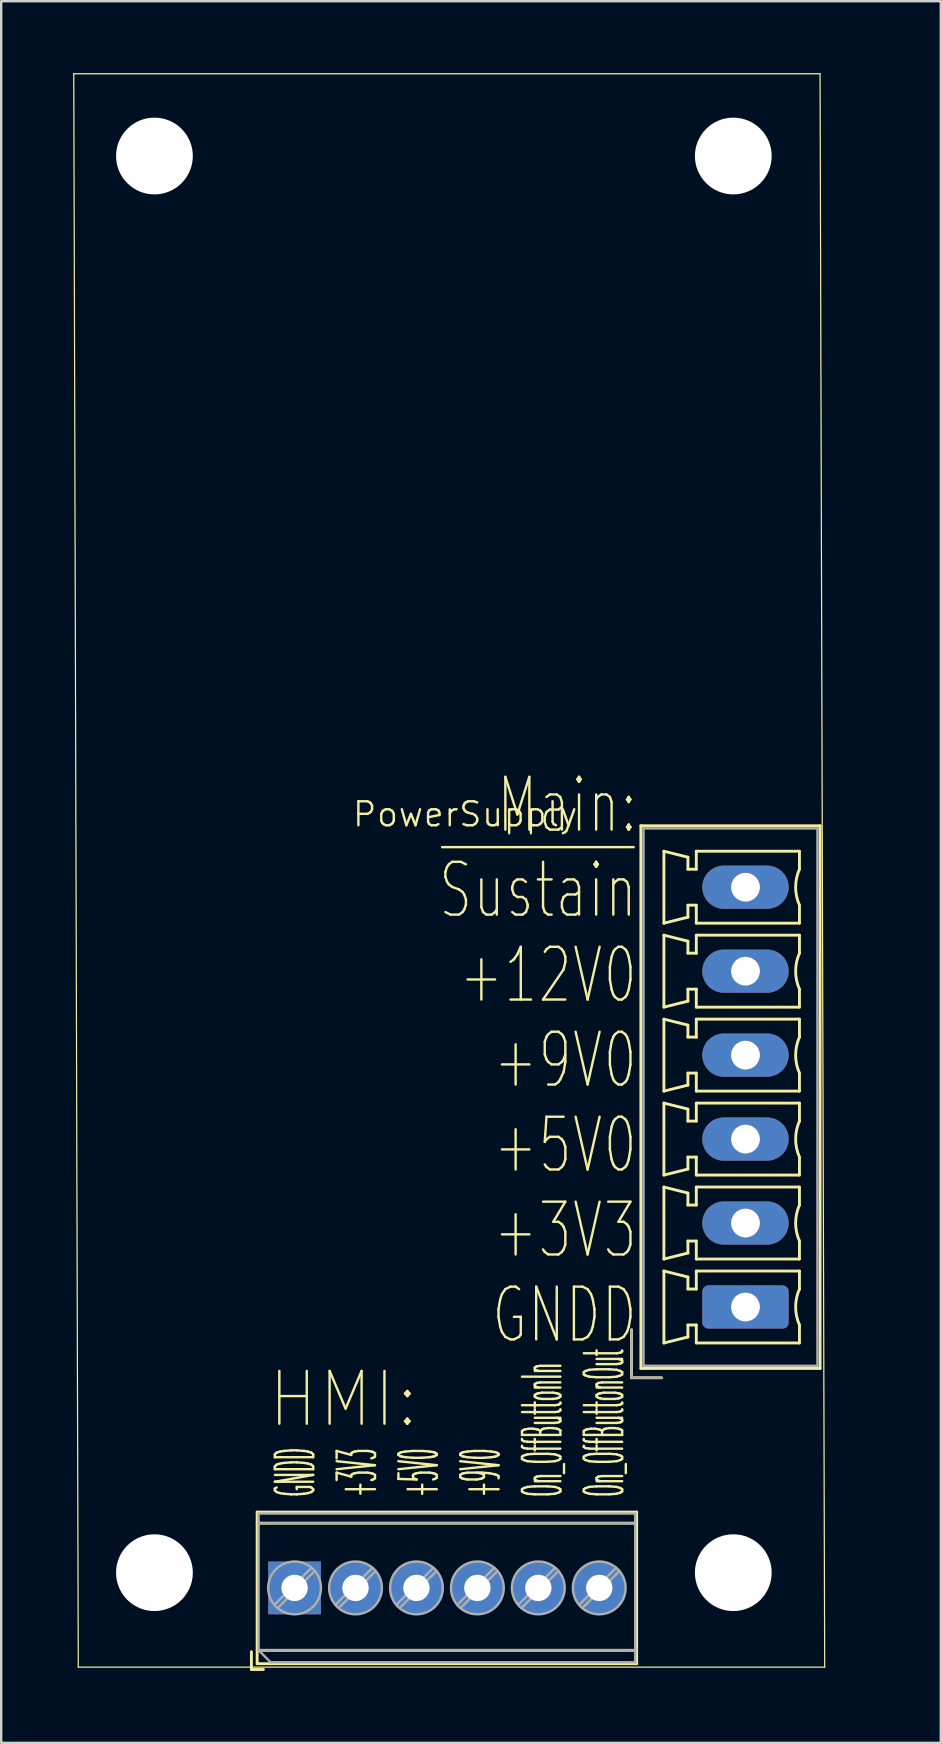
<source format=kicad_pcb>
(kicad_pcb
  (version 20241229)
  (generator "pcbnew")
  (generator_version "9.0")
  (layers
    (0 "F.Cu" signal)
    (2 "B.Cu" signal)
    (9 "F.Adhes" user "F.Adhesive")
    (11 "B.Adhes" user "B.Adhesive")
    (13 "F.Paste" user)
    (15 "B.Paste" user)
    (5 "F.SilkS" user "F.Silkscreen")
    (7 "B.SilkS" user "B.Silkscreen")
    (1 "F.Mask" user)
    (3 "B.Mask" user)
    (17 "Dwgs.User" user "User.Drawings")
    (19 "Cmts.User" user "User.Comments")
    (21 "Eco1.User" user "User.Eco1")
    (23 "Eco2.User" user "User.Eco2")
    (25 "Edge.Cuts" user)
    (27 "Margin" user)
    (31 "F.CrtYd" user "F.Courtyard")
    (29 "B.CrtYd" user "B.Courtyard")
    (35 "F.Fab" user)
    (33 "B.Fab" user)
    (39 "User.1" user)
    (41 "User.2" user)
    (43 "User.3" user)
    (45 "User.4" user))
  (footprint "PowerSupply"
    (layer "F.Cu")
    (at 16.342 31.394)
    (property "Reference" "PowerSupply" (at 0 -0.5 0) (unlocked yes) (layer "F.SilkS") (effects (font (size 1 1) (thickness 0.1))))
    (attr smd)
    (fp_line (start -16.317 -31.369) (end -16.129 35.052) (stroke (width 0.05) (type solid)) (layer "F.SilkS"))
    (fp_line (start -16.317 -31.369) (end 14.793 -31.369) (stroke (width 0.05) (type solid)) (layer "F.SilkS"))
    (fp_line (start -8.912 34.41) (end -8.912 35.15) (stroke (width 0.12) (type solid)) (layer "F.SilkS"))
    (fp_line (start -8.912 35.15) (end -8.412 35.15) (stroke (width 0.12) (type solid)) (layer "F.SilkS"))
    (fp_line (start -8.672 28.59) (end -8.672 34.91) (stroke (width 0.12) (type solid)) (layer "F.SilkS"))
    (fp_line (start -8.672 28.59) (end 7.148 28.59) (stroke (width 0.12) (type solid)) (layer "F.SilkS"))
    (fp_line (start -8.672 29.05) (end 7.148 29.05) (stroke (width 0.12) (type solid)) (layer "F.SilkS"))
    (fp_line (start -8.672 34.35) (end 7.148 34.35) (stroke (width 0.12) (type solid)) (layer "F.SilkS"))
    (fp_line (start -8.672 34.91) (end 7.148 34.91) (stroke (width 0.12) (type solid)) (layer "F.SilkS"))
    (fp_line (start 6.934 22.99) (end 6.934 20.99) (stroke (width 0.12) (type solid)) (layer "F.SilkS"))
    (fp_line (start 7.148 28.59) (end 7.148 34.91) (stroke (width 0.12) (type solid)) (layer "F.SilkS"))
    (fp_line (start 7.324 -0.02) (end 7.324 22.6) (stroke (width 0.12) (type solid)) (layer "F.SilkS"))
    (fp_line (start 7.324 22.6) (end 14.794 22.6) (stroke (width 0.12) (type solid)) (layer "F.SilkS"))
    (fp_line (start 8.184 22.99) (end 6.934 22.99) (stroke (width 0.12) (type solid)) (layer "F.SilkS"))
    (fp_line (start 8.284 1.04) (end 9.284 1.29) (stroke (width 0.12) (type solid)) (layer "F.SilkS"))
    (fp_line (start 8.284 4.04) (end 8.284 1.04) (stroke (width 0.12) (type solid)) (layer "F.SilkS"))
    (fp_line (start 8.284 4.54) (end 9.284 4.79) (stroke (width 0.12) (type solid)) (layer "F.SilkS"))
    (fp_line (start 8.284 7.54) (end 8.284 4.54) (stroke (width 0.12) (type solid)) (layer "F.SilkS"))
    (fp_line (start 8.284 8.04) (end 9.284 8.29) (stroke (width 0.12) (type solid)) (layer "F.SilkS"))
    (fp_line (start 8.284 11.04) (end 8.284 8.04) (stroke (width 0.12) (type solid)) (layer "F.SilkS"))
    (fp_line (start 8.284 11.54) (end 9.284 11.79) (stroke (width 0.12) (type solid)) (layer "F.SilkS"))
    (fp_line (start 8.284 14.54) (end 8.284 11.54) (stroke (width 0.12) (type solid)) (layer "F.SilkS"))
    (fp_line (start 8.284 15.04) (end 9.284 15.29) (stroke (width 0.12) (type solid)) (layer "F.SilkS"))
    (fp_line (start 8.284 18.04) (end 8.284 15.04) (stroke (width 0.12) (type solid)) (layer "F.SilkS"))
    (fp_line (start 8.284 18.54) (end 9.284 18.79) (stroke (width 0.12) (type solid)) (layer "F.SilkS"))
    (fp_line (start 8.284 21.54) (end 8.284 18.54) (stroke (width 0.12) (type solid)) (layer "F.SilkS"))
    (fp_line (start 9.284 1.29) (end 9.284 1.79) (stroke (width 0.12) (type solid)) (layer "F.SilkS"))
    (fp_line (start 9.284 1.79) (end 9.634 1.79) (stroke (width 0.12) (type solid)) (layer "F.SilkS"))
    (fp_line (start 9.284 3.29) (end 9.284 3.79) (stroke (width 0.12) (type solid)) (layer "F.SilkS"))
    (fp_line (start 9.284 3.79) (end 8.284 4.04) (stroke (width 0.12) (type solid)) (layer "F.SilkS"))
    (fp_line (start 9.284 4.79) (end 9.284 5.29) (stroke (width 0.12) (type solid)) (layer "F.SilkS"))
    (fp_line (start 9.284 5.29) (end 9.634 5.29) (stroke (width 0.12) (type solid)) (layer "F.SilkS"))
    (fp_line (start 9.284 6.79) (end 9.284 7.29) (stroke (width 0.12) (type solid)) (layer "F.SilkS"))
    (fp_line (start 9.284 7.29) (end 8.284 7.54) (stroke (width 0.12) (type solid)) (layer "F.SilkS"))
    (fp_line (start 9.284 8.29) (end 9.284 8.79) (stroke (width 0.12) (type solid)) (layer "F.SilkS"))
    (fp_line (start 9.284 8.79) (end 9.634 8.79) (stroke (width 0.12) (type solid)) (layer "F.SilkS"))
    (fp_line (start 9.284 10.29) (end 9.284 10.79) (stroke (width 0.12) (type solid)) (layer "F.SilkS"))
    (fp_line (start 9.284 10.79) (end 8.284 11.04) (stroke (width 0.12) (type solid)) (layer "F.SilkS"))
    (fp_line (start 9.284 11.79) (end 9.284 12.29) (stroke (width 0.12) (type solid)) (layer "F.SilkS"))
    (fp_line (start 9.284 12.29) (end 9.634 12.29) (stroke (width 0.12) (type solid)) (layer "F.SilkS"))
    (fp_line (start 9.284 13.79) (end 9.284 14.29) (stroke (width 0.12) (type solid)) (layer "F.SilkS"))
    (fp_line (start 9.284 14.29) (end 8.284 14.54) (stroke (width 0.12) (type solid)) (layer "F.SilkS"))
    (fp_line (start 9.284 15.29) (end 9.284 15.79) (stroke (width 0.12) (type solid)) (layer "F.SilkS"))
    (fp_line (start 9.284 15.79) (end 9.634 15.79) (stroke (width 0.12) (type solid)) (layer "F.SilkS"))
    (fp_line (start 9.284 17.29) (end 9.284 17.79) (stroke (width 0.12) (type solid)) (layer "F.SilkS"))
    (fp_line (start 9.284 17.79) (end 8.284 18.04) (stroke (width 0.12) (type solid)) (layer "F.SilkS"))
    (fp_line (start 9.284 18.79) (end 9.284 19.29) (stroke (width 0.12) (type solid)) (layer "F.SilkS"))
    (fp_line (start 9.284 19.29) (end 9.634 19.29) (stroke (width 0.12) (type solid)) (layer "F.SilkS"))
    (fp_line (start 9.284 20.79) (end 9.284 21.29) (stroke (width 0.12) (type solid)) (layer "F.SilkS"))
    (fp_line (start 9.284 21.29) (end 8.284 21.54) (stroke (width 0.12) (type solid)) (layer "F.SilkS"))
    (fp_line (start 9.634 1.04) (end 13.934 1.04) (stroke (width 0.12) (type solid)) (layer "F.SilkS"))
    (fp_line (start 9.634 1.79) (end 9.634 1.04) (stroke (width 0.12) (type solid)) (layer "F.SilkS"))
    (fp_line (start 9.634 3.29) (end 9.284 3.29) (stroke (width 0.12) (type solid)) (layer "F.SilkS"))
    (fp_line (start 9.634 4.04) (end 9.634 3.29) (stroke (width 0.12) (type solid)) (layer "F.SilkS"))
    (fp_line (start 9.634 4.54) (end 13.934 4.54) (stroke (width 0.12) (type solid)) (layer "F.SilkS"))
    (fp_line (start 9.634 5.29) (end 9.634 4.54) (stroke (width 0.12) (type solid)) (layer "F.SilkS"))
    (fp_line (start 9.634 6.79) (end 9.284 6.79) (stroke (width 0.12) (type solid)) (layer "F.SilkS"))
    (fp_line (start 9.634 7.54) (end 9.634 6.79) (stroke (width 0.12) (type solid)) (layer "F.SilkS"))
    (fp_line (start 9.634 8.04) (end 13.934 8.04) (stroke (width 0.12) (type solid)) (layer "F.SilkS"))
    (fp_line (start 9.634 8.79) (end 9.634 8.04) (stroke (width 0.12) (type solid)) (layer "F.SilkS"))
    (fp_line (start 9.634 10.29) (end 9.284 10.29) (stroke (width 0.12) (type solid)) (layer "F.SilkS"))
    (fp_line (start 9.634 11.04) (end 9.634 10.29) (stroke (width 0.12) (type solid)) (layer "F.SilkS"))
    (fp_line (start 9.634 11.54) (end 13.934 11.54) (stroke (width 0.12) (type solid)) (layer "F.SilkS"))
    (fp_line (start 9.634 12.29) (end 9.634 11.54) (stroke (width 0.12) (type solid)) (layer "F.SilkS"))
    (fp_line (start 9.634 13.79) (end 9.284 13.79) (stroke (width 0.12) (type solid)) (layer "F.SilkS"))
    (fp_line (start 9.634 14.54) (end 9.634 13.79) (stroke (width 0.12) (type solid)) (layer "F.SilkS"))
    (fp_line (start 9.634 15.04) (end 13.934 15.04) (stroke (width 0.12) (type solid)) (layer "F.SilkS"))
    (fp_line (start 9.634 15.79) (end 9.634 15.04) (stroke (width 0.12) (type solid)) (layer "F.SilkS"))
    (fp_line (start 9.634 17.29) (end 9.284 17.29) (stroke (width 0.12) (type solid)) (layer "F.SilkS"))
    (fp_line (start 9.634 18.04) (end 9.634 17.29) (stroke (width 0.12) (type solid)) (layer "F.SilkS"))
    (fp_line (start 9.634 18.54) (end 13.934 18.54) (stroke (width 0.12) (type solid)) (layer "F.SilkS"))
    (fp_line (start 9.634 19.29) (end 9.634 18.54) (stroke (width 0.12) (type solid)) (layer "F.SilkS"))
    (fp_line (start 9.634 20.79) (end 9.284 20.79) (stroke (width 0.12) (type solid)) (layer "F.SilkS"))
    (fp_line (start 9.634 21.54) (end 9.634 20.79) (stroke (width 0.12) (type solid)) (layer "F.SilkS"))
    (fp_line (start 13.934 1.04) (end 13.934 1.79) (stroke (width 0.12) (type solid)) (layer "F.SilkS"))
    (fp_line (start 13.934 3.29) (end 13.934 4.04) (stroke (width 0.12) (type solid)) (layer "F.SilkS"))
    (fp_line (start 13.934 4.04) (end 9.634 4.04) (stroke (width 0.12) (type solid)) (layer "F.SilkS"))
    (fp_line (start 13.934 4.54) (end 13.934 5.29) (stroke (width 0.12) (type solid)) (layer "F.SilkS"))
    (fp_line (start 13.934 6.79) (end 13.934 7.54) (stroke (width 0.12) (type solid)) (layer "F.SilkS"))
    (fp_line (start 13.934 7.54) (end 9.634 7.54) (stroke (width 0.12) (type solid)) (layer "F.SilkS"))
    (fp_line (start 13.934 8.04) (end 13.934 8.79) (stroke (width 0.12) (type solid)) (layer "F.SilkS"))
    (fp_line (start 13.934 10.29) (end 13.934 11.04) (stroke (width 0.12) (type solid)) (layer "F.SilkS"))
    (fp_line (start 13.934 11.04) (end 9.634 11.04) (stroke (width 0.12) (type solid)) (layer "F.SilkS"))
    (fp_line (start 13.934 11.54) (end 13.934 12.29) (stroke (width 0.12) (type solid)) (layer "F.SilkS"))
    (fp_line (start 13.934 13.79) (end 13.934 14.54) (stroke (width 0.12) (type solid)) (layer "F.SilkS"))
    (fp_line (start 13.934 14.54) (end 9.634 14.54) (stroke (width 0.12) (type solid)) (layer "F.SilkS"))
    (fp_line (start 13.934 15.04) (end 13.934 15.79) (stroke (width 0.12) (type solid)) (layer "F.SilkS"))
    (fp_line (start 13.934 17.29) (end 13.934 18.04) (stroke (width 0.12) (type solid)) (layer "F.SilkS"))
    (fp_line (start 13.934 18.04) (end 9.634 18.04) (stroke (width 0.12) (type solid)) (layer "F.SilkS"))
    (fp_line (start 13.934 18.54) (end 13.934 19.29) (stroke (width 0.12) (type solid)) (layer "F.SilkS"))
    (fp_line (start 13.934 20.79) (end 13.934 21.54) (stroke (width 0.12) (type solid)) (layer "F.SilkS"))
    (fp_line (start 13.934 21.54) (end 9.634 21.54) (stroke (width 0.12) (type solid)) (layer "F.SilkS"))
    (fp_line (start 14.793 -31.369) (end 14.986 35.052) (stroke (width 0.05) (type solid)) (layer "F.SilkS"))
    (fp_line (start 14.794 -0.02) (end 7.324 -0.02) (stroke (width 0.12) (type solid)) (layer "F.SilkS"))
    (fp_line (start 14.794 22.6) (end 14.794 -0.02) (stroke (width 0.12) (type solid)) (layer "F.SilkS"))
    (fp_line (start 14.986 35.052) (end -16.129 35.052) (stroke (width 0.05) (type solid)) (layer "F.SilkS"))
    (fp_arc (start 13.934 3.29) (mid 13.77591 2.540193) (end 13.933844 1.790353) (stroke (width 0.12) (type solid)) (layer "F.SilkS"))
    (fp_arc (start 13.934 6.79) (mid 13.77591 6.040193) (end 13.933844 5.290353) (stroke (width 0.12) (type solid)) (layer "F.SilkS"))
    (fp_arc (start 13.934 10.29) (mid 13.77591 9.540193) (end 13.933844 8.790353) (stroke (width 0.12) (type solid)) (layer "F.SilkS"))
    (fp_arc (start 13.934 13.79) (mid 13.77591 13.040193) (end 13.933844 12.290353) (stroke (width 0.12) (type solid)) (layer "F.SilkS"))
    (fp_arc (start 13.934 17.29) (mid 13.77591 16.540193) (end 13.933844 15.790353) (stroke (width 0.12) (type solid)) (layer "F.SilkS"))
    (fp_arc (start 13.934 20.79) (mid 13.77591 20.040193) (end 13.933844 19.290353) (stroke (width 0.12) (type solid)) (layer "F.SilkS"))
    (fp_line (start -8.612 28.65) (end 7.088 28.65) (stroke (width 0.1) (type solid)) (layer "F.Fab"))
    (fp_line (start -8.612 29.05) (end 7.088 29.05) (stroke (width 0.1) (type solid)) (layer "F.Fab"))
    (fp_line (start -8.612 34.35) (end -8.612 28.65) (stroke (width 0.1) (type solid)) (layer "F.Fab"))
    (fp_line (start -8.612 34.35) (end 7.088 34.35) (stroke (width 0.1) (type solid)) (layer "F.Fab"))
    (fp_line (start -8.112 34.85) (end -8.612 34.35) (stroke (width 0.1) (type solid)) (layer "F.Fab"))
    (fp_line (start -6.411 30.915) (end -7.947 32.45) (stroke (width 0.1) (type solid)) (layer "F.Fab"))
    (fp_line (start -6.277 31.05) (end -7.813 32.585) (stroke (width 0.1) (type solid)) (layer "F.Fab"))
    (fp_line (start -3.871 30.915) (end -5.406 32.45) (stroke (width 0.1) (type solid)) (layer "F.Fab"))
    (fp_line (start -3.737 31.05) (end -5.272 32.585) (stroke (width 0.1) (type solid)) (layer "F.Fab"))
    (fp_line (start -1.331 30.915) (end -2.866 32.45) (stroke (width 0.1) (type solid)) (layer "F.Fab"))
    (fp_line (start -1.197 31.05) (end -2.732 32.585) (stroke (width 0.1) (type solid)) (layer "F.Fab"))
    (fp_line (start 1.209 30.915) (end -0.326 32.45) (stroke (width 0.1) (type solid)) (layer "F.Fab"))
    (fp_line (start 1.343 31.05) (end -0.192 32.585) (stroke (width 0.1) (type solid)) (layer "F.Fab"))
    (fp_line (start 3.749 30.915) (end 2.214 32.45) (stroke (width 0.1) (type solid)) (layer "F.Fab"))
    (fp_line (start 3.883 31.05) (end 2.348 32.585) (stroke (width 0.1) (type solid)) (layer "F.Fab"))
    (fp_line (start 6.289 30.915) (end 4.754 32.45) (stroke (width 0.1) (type solid)) (layer "F.Fab"))
    (fp_line (start 6.423 31.05) (end 4.888 32.585) (stroke (width 0.1) (type solid)) (layer "F.Fab"))
    (fp_line (start 6.934 22.99) (end 6.934 20.99) (stroke (width 0.1) (type solid)) (layer "F.Fab"))
    (fp_line (start 7.088 28.65) (end 7.088 34.85) (stroke (width 0.1) (type solid)) (layer "F.Fab"))
    (fp_line (start 7.088 34.85) (end -8.112 34.85) (stroke (width 0.1) (type solid)) (layer "F.Fab"))
    (fp_line (start 7.434 0.09) (end 7.434 22.49) (stroke (width 0.1) (type solid)) (layer "F.Fab"))
    (fp_line (start 7.434 22.49) (end 14.684 22.49) (stroke (width 0.1) (type solid)) (layer "F.Fab"))
    (fp_line (start 8.184 22.99) (end 6.934 22.99) (stroke (width 0.1) (type solid)) (layer "F.Fab"))
    (fp_line (start 14.684 0.09) (end 7.434 0.09) (stroke (width 0.1) (type solid)) (layer "F.Fab"))
    (fp_line (start 14.684 22.49) (end 14.684 0.09) (stroke (width 0.1) (type solid)) (layer "F.Fab"))
    (fp_circle (center -7.112 31.75) (end -6.012 31.75) (stroke (width 0.1) (type solid)) (fill no) (layer "F.Fab"))
    (fp_circle (center -4.572 31.75) (end -3.472 31.75) (stroke (width 0.1) (type solid)) (fill no) (layer "F.Fab"))
    (fp_circle (center -2.032 31.75) (end -0.932 31.75) (stroke (width 0.1) (type solid)) (fill no) (layer "F.Fab"))
    (fp_circle (center 0.508 31.75) (end 1.608 31.75) (stroke (width 0.1) (type solid)) (fill no) (layer "F.Fab"))
    (fp_circle (center 3.048 31.75) (end 4.148 31.75) (stroke (width 0.1) (type solid)) (fill no) (layer "F.Fab"))
    (fp_circle (center 5.588 31.75) (end 6.688 31.75) (stroke (width 0.1) (type solid)) (fill no) (layer "F.Fab"))
    (fp_text_box "Main:\n~{Sustain}\n+12V0\n+9V0\n+5V0\n+3V3\nGNDD" (start -5.08 -3.81) (end 8.89 22.225) (margins 1.65 1.65 1.65 1.65) (layer "F.SilkS") (effects (font (size 2.2 1.5) (thickness 0.1)) (justify right top)) (border no) (stroke (width -0.000001) (type solid)))
    (fp_text_box "GNDD\n+3V3\n+5V0\n+9V0\nOn_OffButtonIn\nOn_OffButtonOut" (start -9.207 29.21) (end 16.828 15.24) (margins 1.2 1.2 1.2 1.2) (angle 90) (layer "F.SilkS") (effects (font (size 1.6 0.5) (thickness 0.1)) (justify left top)) (border no) (stroke (width -0.000001) (type solid)))
    (fp_text_box "HMI:" (start -12.065 20.955) (end 1.905 26.67) (margins 1.65 1.65 1.65 1.65) (layer "F.SilkS") (effects (font (size 2.2 2) (thickness 0.1)) (justify top)) (border no) (stroke (width -0.000001) (type solid)))
    (pad "" np_thru_hole circle (at -12.954 -27.94) (size 3.2 3.2) (drill 3.2) (layers "*.Cu" "*.Mask"))
    (pad "" np_thru_hole circle (at -12.954 31.115) (size 3.2 3.2) (drill 3.2) (layers "*.Cu" "*.Mask"))
    (pad "" np_thru_hole circle (at 11.176 -27.94) (size 3.2 3.2) (drill 3.2) (layers "*.Cu" "*.Mask"))
    (pad "" np_thru_hole circle (at 11.176 31.115) (size 3.2 3.2) (drill 3.2) (layers "*.Cu" "*.Mask"))
    (pad "H1" thru_hole rect (at -7.112 31.75) (size 2.2 2.2) (drill 1.1) (layers "*.Cu" "*.Mask"))
    (pad "H2" thru_hole circle (at -4.572 31.75) (size 2.2 2.2) (drill 1.1) (layers "*.Cu" "*.Mask"))
    (pad "H3" thru_hole circle (at -2.032 31.75) (size 2.2 2.2) (drill 1.1) (layers "*.Cu" "*.Mask"))
    (pad "H4" thru_hole circle (at 0.508 31.75) (size 2.2 2.2) (drill 1.1) (layers "*.Cu" "*.Mask"))
    (pad "H5" thru_hole circle (at 3.048 31.75) (size 2.2 2.2) (drill 1.1) (layers "*.Cu" "*.Mask"))
    (pad "H6" thru_hole circle (at 5.588 31.75) (size 2.2 2.2) (drill 1.1) (layers "*.Cu" "*.Mask"))
    (pad "M1" thru_hole roundrect (at 11.684 20.04 90) (size 1.8 3.6) (drill 1.2) (layers "*.Cu" "*.Mask") (roundrect_rratio 0.139))
    (pad "M2" thru_hole oval (at 11.684 16.54 90) (size 1.8 3.6) (drill 1.2) (layers "*.Cu" "*.Mask"))
    (pad "M3" thru_hole oval (at 11.684 13.04 90) (size 1.8 3.6) (drill 1.2) (layers "*.Cu" "*.Mask"))
    (pad "M4" thru_hole oval (at 11.684 9.54 90) (size 1.8 3.6) (drill 1.2) (layers "*.Cu" "*.Mask"))
    (pad "M5" thru_hole oval (at 11.684 6.04 90) (size 1.8 3.6) (drill 1.2) (layers "*.Cu" "*.Mask"))
    (pad "M6" thru_hole oval (at 11.684 2.54 90) (size 1.8 3.6) (drill 1.2) (layers "*.Cu" "*.Mask")))
  (gr_rect
    (start -3 -3)
    (end 36.169 69.604)
    (stroke (width 0.1) (type default))
    (fill no)
    (layer "Edge.Cuts")))
</source>
